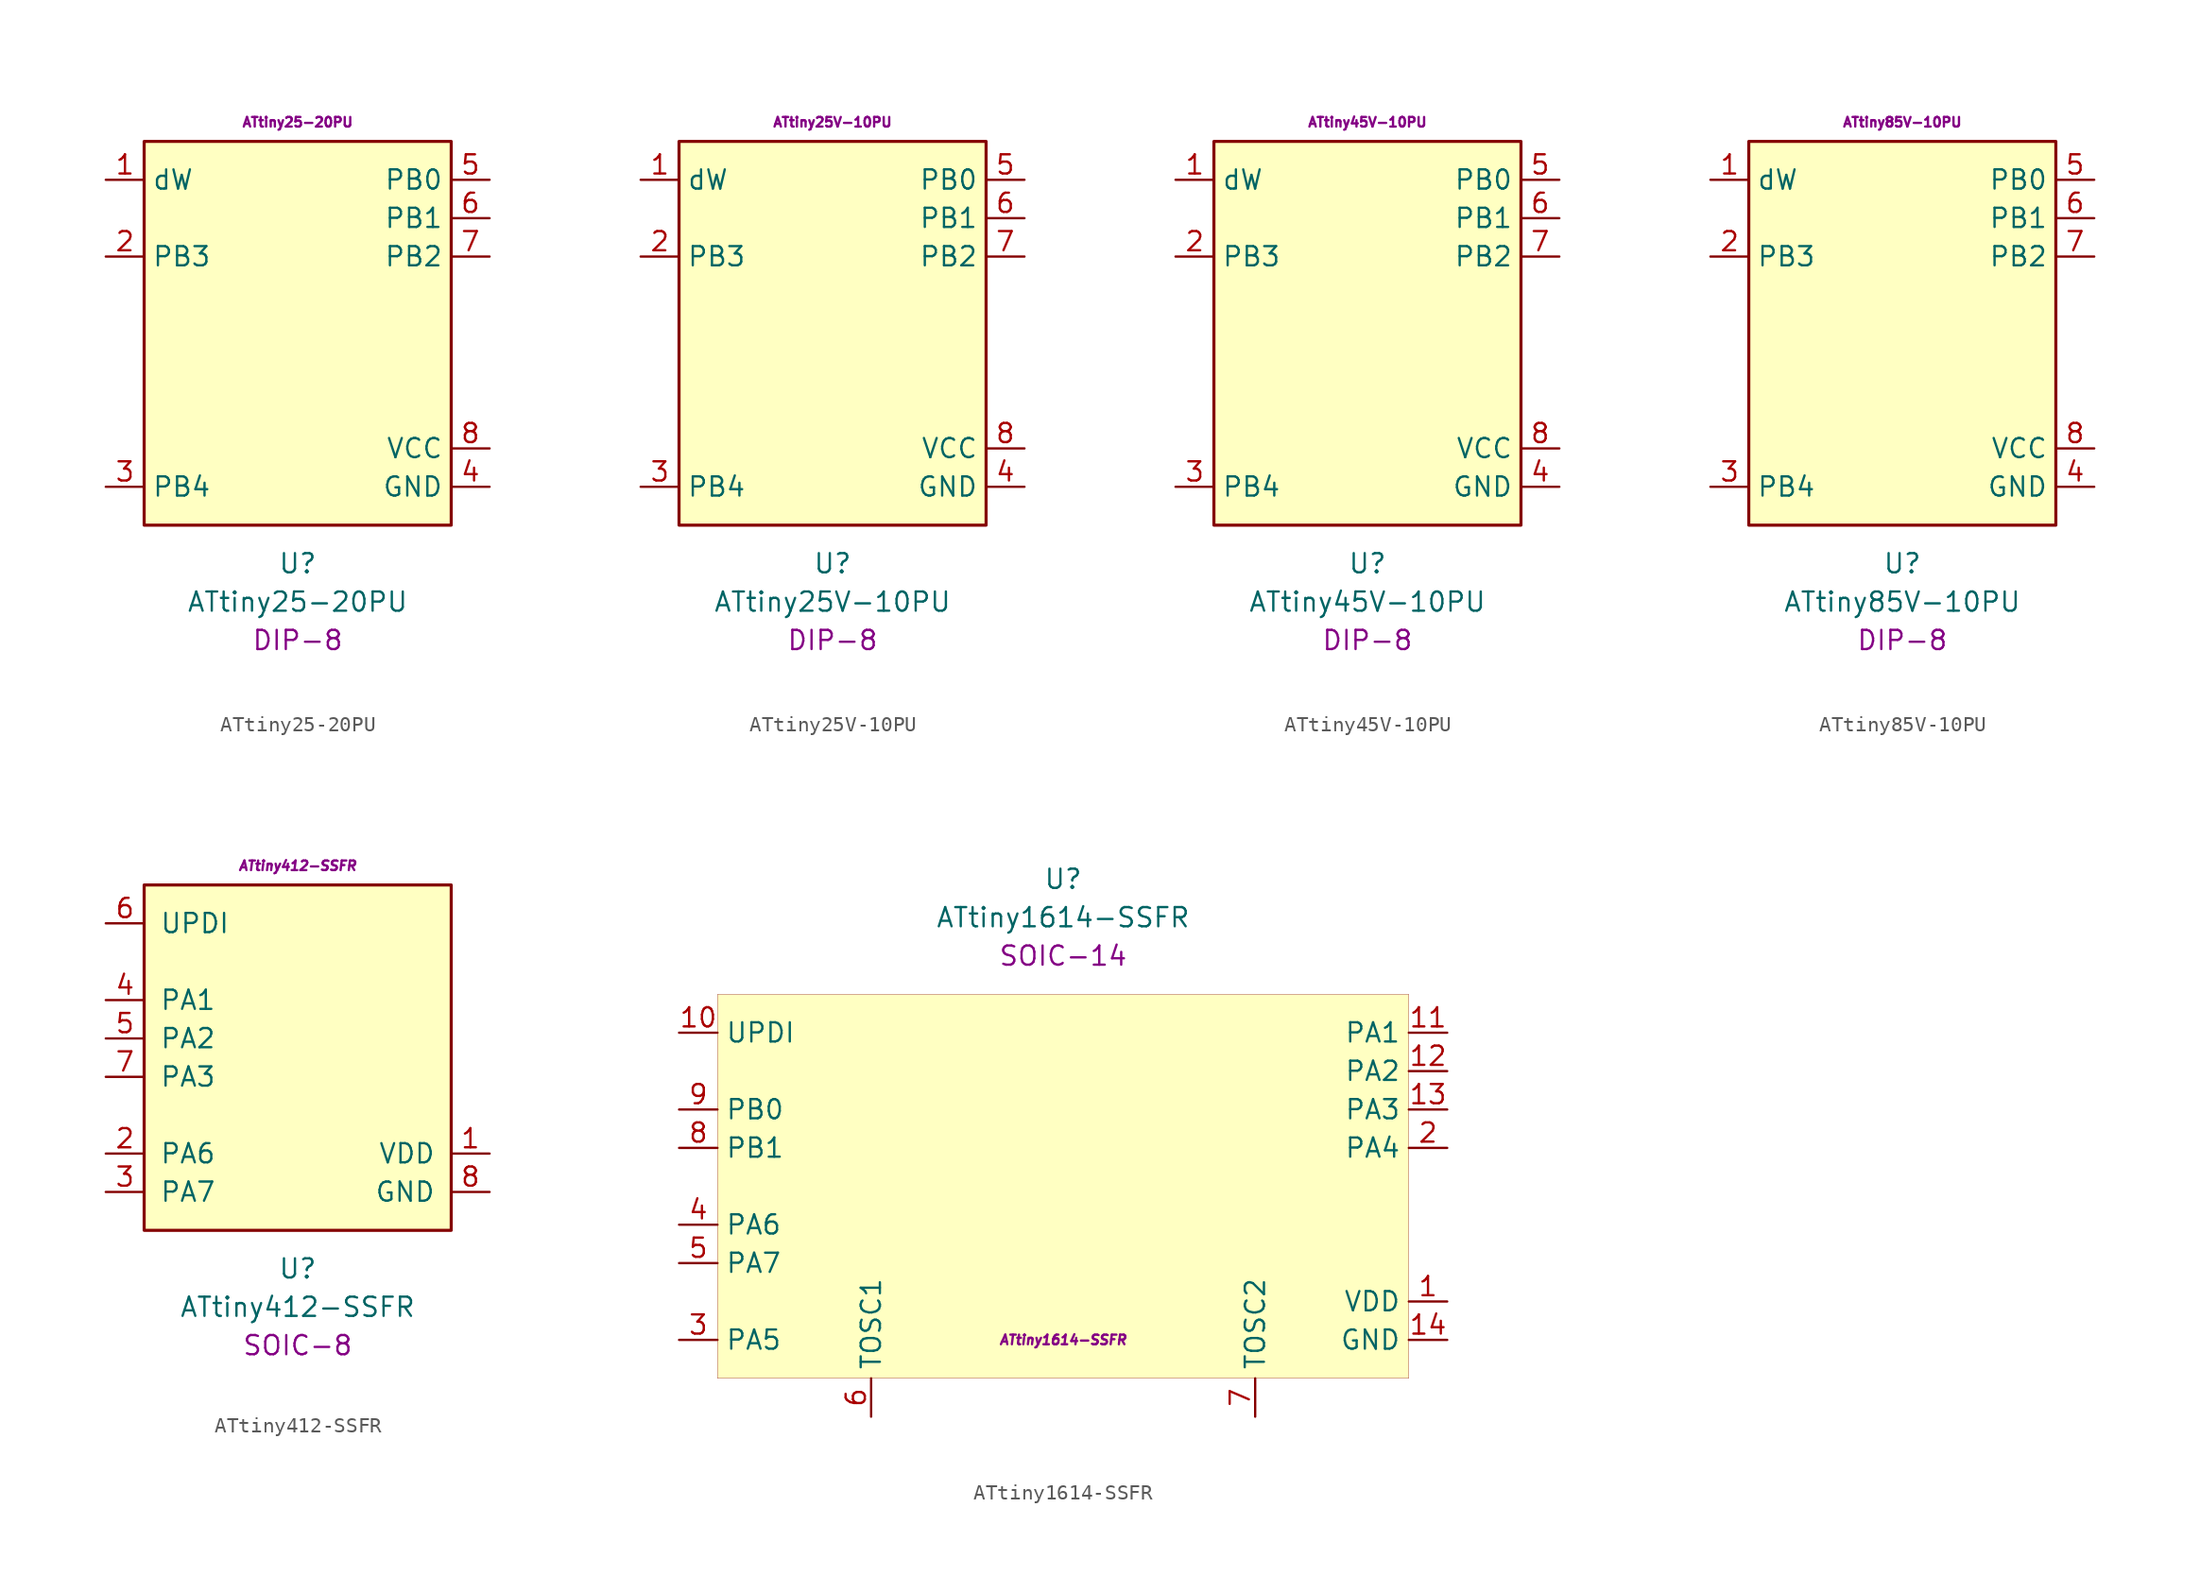
<source format=kicad_sym>
(kicad_symbol_lib
  (version 20231120)
  (generator "kicad_symbol_editor")
  (generator_version "8.0")
  (symbol "ATtiny25-20PU"
    (property "Reference" "U"
      (at 0 -15.24 0)
      (effects (font (size 1.27 1.27))))
    (property "Value" "ATtiny25-20PU"
      (at 0 -17.78 0)
      (effects (font (size 1.27 1.27))))
    (property "MPN" "ATtiny25-20PU"
      (at 0 13.97 0)
      (effects (font (size 0.635 0.635))))
    (property "Package" "DIP-8"
      (at 0 -20.32 0)
      (effects (font (size 1.27 1.27))))
    (symbol "ATtiny25-20PU_0_0"
      (rectangle (start -10.16 12.7) (end 10.16 -12.7) (stroke (width 0.203) (type default)) (fill (type background))))
    (symbol "ATtiny25-20PU_1_1"
      (pin input line (at -12.7 10.16 0) (length 2.54) (name "dW" (effects (font (size 1.27 1.27)))) (number "1" (effects (font (size 1.27 1.27)))) (alternate "ADC0" input line) (alternate "PB5" bidirectional line) (alternate "PCINT5" input line) (alternate "~{RESET}" input line))
      (pin bidirectional line (at -12.7 5.08 0) (length 2.54) (name "PB3" (effects (font (size 1.27 1.27)))) (number "2" (effects (font (size 1.27 1.27)))) (alternate "ADC3" input line) (alternate "CLKI" input line) (alternate "PCINT3" input line) (alternate "XTAL1" input line) (alternate "~{OC1B}" output line))
      (pin bidirectional line (at -12.7 -10.16 0) (length 2.54) (name "PB4" (effects (font (size 1.27 1.27)))) (number "3" (effects (font (size 1.27 1.27)))) (alternate "ADC2" input line) (alternate "CLKO" output line) (alternate "OC1B" output line) (alternate "PCINT4" input line) (alternate "XTAL2" output line))
      (pin power_in line (at 12.7 -10.16 180) (length 2.54) (name "GND" (effects (font (size 1.27 1.27)))) (number "4" (effects (font (size 1.27 1.27)))))
      (pin bidirectional line (at 12.7 10.16 180) (length 2.54) (name "PB0" (effects (font (size 1.27 1.27)))) (number "5" (effects (font (size 1.27 1.27)))) (alternate "AIN0" input line) (alternate "AREF" input line) (alternate "DI" input line) (alternate "MOSI" output line) (alternate "OC0A" output line) (alternate "PCINT0" input line) (alternate "SDA" open_collector line) (alternate "~{OC1A}" output line))
      (pin bidirectional line (at 12.7 7.62 180) (length 2.54) (name "PB1" (effects (font (size 1.27 1.27)))) (number "6" (effects (font (size 1.27 1.27)))) (alternate "AIN1" input line) (alternate "DO" output line) (alternate "MISO" input line) (alternate "OC0B" output line) (alternate "OC1A" output line) (alternate "PCINT1" input line))
      (pin bidirectional line (at 12.7 5.08 180) (length 2.54) (name "PB2" (effects (font (size 1.27 1.27)))) (number "7" (effects (font (size 1.27 1.27)))) (alternate "ADC1" input line) (alternate "INT0" input line) (alternate "PCINT2" input line) (alternate "SCK" input line) (alternate "SCL" open_collector line) (alternate "T0" input line) (alternate "USCK" output line))
      (pin power_in line (at 12.7 -7.62 180) (length 2.54) (name "VCC" (effects (font (size 1.27 1.27)))) (number "8" (effects (font (size 1.27 1.27)))))))
  (symbol "ATtiny25V-10PU"
    (property "Reference" "U"
      (at 0 -15.24 0)
      (effects (font (size 1.27 1.27))))
    (property "Value" "ATtiny25V-10PU"
      (at 0 -17.78 0)
      (effects (font (size 1.27 1.27))))
    (property "MPN" "ATtiny25V-10PU"
      (at 0 13.97 0)
      (effects (font (size 0.635 0.635))))
    (property "Package" "DIP-8"
      (at 0 -20.32 0)
      (effects (font (size 1.27 1.27))))
    (symbol "ATtiny25V-10PU_0_0"
      (rectangle (start -10.16 12.7) (end 10.16 -12.7) (stroke (width 0.203) (type default)) (fill (type background))))
    (symbol "ATtiny25V-10PU_1_1"
      (pin input line (at -12.7 10.16 0) (length 2.54) (name "dW" (effects (font (size 1.27 1.27)))) (number "1" (effects (font (size 1.27 1.27)))) (alternate "ADC0" input line) (alternate "PB5" bidirectional line) (alternate "PCINT5" input line) (alternate "~{RESET}" input line))
      (pin bidirectional line (at -12.7 5.08 0) (length 2.54) (name "PB3" (effects (font (size 1.27 1.27)))) (number "2" (effects (font (size 1.27 1.27)))) (alternate "ADC3" input line) (alternate "CLKI" input line) (alternate "PCINT3" input line) (alternate "XTAL1" input line) (alternate "~{OC1B}" output line))
      (pin bidirectional line (at -12.7 -10.16 0) (length 2.54) (name "PB4" (effects (font (size 1.27 1.27)))) (number "3" (effects (font (size 1.27 1.27)))) (alternate "ADC2" input line) (alternate "CLKO" output line) (alternate "OC1B" output line) (alternate "PCINT4" input line) (alternate "XTAL2" output line))
      (pin power_in line (at 12.7 -10.16 180) (length 2.54) (name "GND" (effects (font (size 1.27 1.27)))) (number "4" (effects (font (size 1.27 1.27)))))
      (pin bidirectional line (at 12.7 10.16 180) (length 2.54) (name "PB0" (effects (font (size 1.27 1.27)))) (number "5" (effects (font (size 1.27 1.27)))) (alternate "AIN0" input line) (alternate "AREF" input line) (alternate "DI" input line) (alternate "MOSI" output line) (alternate "OC0A" output line) (alternate "PCINT0" input line) (alternate "SDA" open_collector line) (alternate "~{OC1A}" output line))
      (pin bidirectional line (at 12.7 7.62 180) (length 2.54) (name "PB1" (effects (font (size 1.27 1.27)))) (number "6" (effects (font (size 1.27 1.27)))) (alternate "AIN1" input line) (alternate "DO" output line) (alternate "MISO" input line) (alternate "OC0B" output line) (alternate "OC1A" output line) (alternate "PCINT1" input line))
      (pin bidirectional line (at 12.7 5.08 180) (length 2.54) (name "PB2" (effects (font (size 1.27 1.27)))) (number "7" (effects (font (size 1.27 1.27)))) (alternate "ADC1" input line) (alternate "INT0" input line) (alternate "PCINT2" input line) (alternate "SCK" input line) (alternate "SCL" open_collector line) (alternate "T0" input line) (alternate "USCK" output line))
      (pin power_in line (at 12.7 -7.62 180) (length 2.54) (name "VCC" (effects (font (size 1.27 1.27)))) (number "8" (effects (font (size 1.27 1.27)))))))
  (symbol "ATtiny45V-10PU"
    (property "Reference" "U"
      (at 0 -15.24 0)
      (effects (font (size 1.27 1.27))))
    (property "Value" "ATtiny45V-10PU"
      (at 0 -17.78 0)
      (effects (font (size 1.27 1.27))))
    (property "MPN" "ATtiny45V-10PU"
      (at 0 13.97 0)
      (effects (font (size 0.635 0.635))))
    (property "Package" "DIP-8"
      (at 0 -20.32 0)
      (effects (font (size 1.27 1.27))))
    (symbol "ATtiny45V-10PU_0_0"
      (rectangle (start -10.16 12.7) (end 10.16 -12.7) (stroke (width 0.203) (type default)) (fill (type background))))
    (symbol "ATtiny45V-10PU_1_1"
      (pin input line (at -12.7 10.16 0) (length 2.54) (name "dW" (effects (font (size 1.27 1.27)))) (number "1" (effects (font (size 1.27 1.27)))) (alternate "ADC0" input line) (alternate "PB5" bidirectional line) (alternate "PCINT5" input line) (alternate "~{RESET}" input line))
      (pin bidirectional line (at -12.7 5.08 0) (length 2.54) (name "PB3" (effects (font (size 1.27 1.27)))) (number "2" (effects (font (size 1.27 1.27)))) (alternate "ADC3" input line) (alternate "CLKI" input line) (alternate "PCINT3" input line) (alternate "XTAL1" input line) (alternate "~{OC1B}" output line))
      (pin bidirectional line (at -12.7 -10.16 0) (length 2.54) (name "PB4" (effects (font (size 1.27 1.27)))) (number "3" (effects (font (size 1.27 1.27)))) (alternate "ADC2" input line) (alternate "CLKO" output line) (alternate "OC1B" output line) (alternate "PCINT4" input line) (alternate "XTAL2" output line))
      (pin power_in line (at 12.7 -10.16 180) (length 2.54) (name "GND" (effects (font (size 1.27 1.27)))) (number "4" (effects (font (size 1.27 1.27)))))
      (pin bidirectional line (at 12.7 10.16 180) (length 2.54) (name "PB0" (effects (font (size 1.27 1.27)))) (number "5" (effects (font (size 1.27 1.27)))) (alternate "AIN0" input line) (alternate "AREF" input line) (alternate "DI" input line) (alternate "MOSI" output line) (alternate "OC0A" output line) (alternate "PCINT0" input line) (alternate "SDA" open_collector line) (alternate "~{OC1A}" output line))
      (pin bidirectional line (at 12.7 7.62 180) (length 2.54) (name "PB1" (effects (font (size 1.27 1.27)))) (number "6" (effects (font (size 1.27 1.27)))) (alternate "AIN1" input line) (alternate "DO" output line) (alternate "MISO" input line) (alternate "OC0B" output line) (alternate "OC1A" output line) (alternate "PCINT1" input line))
      (pin bidirectional line (at 12.7 5.08 180) (length 2.54) (name "PB2" (effects (font (size 1.27 1.27)))) (number "7" (effects (font (size 1.27 1.27)))) (alternate "ADC1" input line) (alternate "INT0" input line) (alternate "PCINT2" input line) (alternate "SCK" input line) (alternate "SCL" open_collector line) (alternate "T0" input line) (alternate "USCK" output line))
      (pin power_in line (at 12.7 -7.62 180) (length 2.54) (name "VCC" (effects (font (size 1.27 1.27)))) (number "8" (effects (font (size 1.27 1.27)))))))
  (symbol "ATtiny85V-10PU"
    (property "Reference" "U"
      (at 0 -15.24 0)
      (effects (font (size 1.27 1.27))))
    (property "Value" "ATtiny85V-10PU"
      (at 0 -17.78 0)
      (effects (font (size 1.27 1.27))))
    (property "MPN" "ATtiny85V-10PU"
      (at 0 13.97 0)
      (effects (font (size 0.635 0.635))))
    (property "Package" "DIP-8"
      (at 0 -20.32 0)
      (effects (font (size 1.27 1.27))))
    (symbol "ATtiny85V-10PU_0_0"
      (rectangle (start -10.16 12.7) (end 10.16 -12.7) (stroke (width 0.203) (type default)) (fill (type background))))
    (symbol "ATtiny85V-10PU_1_1"
      (pin input line (at -12.7 10.16 0) (length 2.54) (name "dW" (effects (font (size 1.27 1.27)))) (number "1" (effects (font (size 1.27 1.27)))) (alternate "ADC0" input line) (alternate "PB5" bidirectional line) (alternate "PCINT5" input line) (alternate "~{RESET}" input line))
      (pin bidirectional line (at -12.7 5.08 0) (length 2.54) (name "PB3" (effects (font (size 1.27 1.27)))) (number "2" (effects (font (size 1.27 1.27)))) (alternate "ADC3" input line) (alternate "CLKI" input line) (alternate "PCINT3" input line) (alternate "XTAL1" input line) (alternate "~{OC1B}" output line))
      (pin bidirectional line (at -12.7 -10.16 0) (length 2.54) (name "PB4" (effects (font (size 1.27 1.27)))) (number "3" (effects (font (size 1.27 1.27)))) (alternate "ADC2" input line) (alternate "CLKO" output line) (alternate "OC1B" output line) (alternate "PCINT4" input line) (alternate "XTAL2" output line))
      (pin power_in line (at 12.7 -10.16 180) (length 2.54) (name "GND" (effects (font (size 1.27 1.27)))) (number "4" (effects (font (size 1.27 1.27)))))
      (pin bidirectional line (at 12.7 10.16 180) (length 2.54) (name "PB0" (effects (font (size 1.27 1.27)))) (number "5" (effects (font (size 1.27 1.27)))) (alternate "AIN0" input line) (alternate "AREF" input line) (alternate "DI" input line) (alternate "MOSI" output line) (alternate "OC0A" output line) (alternate "PCINT0" input line) (alternate "SDA" open_collector line) (alternate "~{OC1A}" output line))
      (pin bidirectional line (at 12.7 7.62 180) (length 2.54) (name "PB1" (effects (font (size 1.27 1.27)))) (number "6" (effects (font (size 1.27 1.27)))) (alternate "AIN1" input line) (alternate "DO" output line) (alternate "MISO" input line) (alternate "OC0B" output line) (alternate "OC1A" output line) (alternate "PCINT1" input line))
      (pin bidirectional line (at 12.7 5.08 180) (length 2.54) (name "PB2" (effects (font (size 1.27 1.27)))) (number "7" (effects (font (size 1.27 1.27)))) (alternate "ADC1" input line) (alternate "INT0" input line) (alternate "PCINT2" input line) (alternate "SCK" input line) (alternate "SCL" open_collector line) (alternate "T0" input line) (alternate "USCK" output line))
      (pin power_in line (at 12.7 -7.62 180) (length 2.54) (name "VCC" (effects (font (size 1.27 1.27)))) (number "8" (effects (font (size 1.27 1.27)))))))
  (symbol "ATtiny412-SSFR"
    (pin_names
      (offset 1.016))
    (property "Reference" "U"
      (at 0 -12.7 0)
      (effects (font (size 1.27 1.27))))
    (property "Value" "ATtiny412-SSFR"
      (at 0 -15.24 0)
      (effects (font (size 1.27 1.27))))
    (property "Package" "SOIC-8"
      (at 0 -17.78 0)
      (effects (font (size 1.27 1.27))))
    (property "MPN" "ATtiny412-SSFR"
      (at 0 13.97 0)
      (effects (font (size 0.635 0.635) (italic yes))))
    (symbol "ATtiny412-SSFR_0_0"
      (rectangle (start -10.16 12.7) (end 10.16 -10.16) (stroke (width 0.203) (type default)) (fill (type background))))
    (symbol "ATtiny412-SSFR_1_1"
      (pin power_in line (at 12.7 -5.08 180) (length 2.54) (name "VDD" (effects (font (size 1.27 1.27)))) (number "1" (effects (font (size 1.27 1.27)))))
      (pin bidirectional line (at -12.7 -5.08 0) (length 2.54) (name "PA6" (effects (font (size 1.27 1.27)))) (number "2" (effects (font (size 1.27 1.27)))) (alternate "AIN6" input line) (alternate "AINN0" input line) (alternate "LUT1-OUT" output line))
      (pin bidirectional line (at -12.7 -7.62 0) (length 2.54) (name "PA7" (effects (font (size 1.27 1.27)))) (number "3" (effects (font (size 1.27 1.27)))) (alternate "AIN7" input line) (alternate "AINP0" input line))
      (pin bidirectional line (at -12.7 5.08 0) (length 2.54) (name "PA1" (effects (font (size 1.27 1.27)))) (number "4" (effects (font (size 1.27 1.27)))) (alternate "AIN1" input line) (alternate "BREAK" bidirectional line) (alternate "LUT0-IN1" input line) (alternate "MOSI" output line) (alternate "SDA" bidirectional line) (alternate "TXD" output line))
      (pin bidirectional line (at -12.7 2.54 0) (length 2.54) (name "PA2" (effects (font (size 1.27 1.27)))) (number "5" (effects (font (size 1.27 1.27)))) (alternate "AIN2" input line) (alternate "EVOUT0" output line) (alternate "LUT0-IN2" input line) (alternate "MISO" input line) (alternate "RXD" input line) (alternate "SCL" bidirectional line))
      (pin bidirectional line (at -12.7 10.16 0) (length 2.54) (name "UPDI" (effects (font (size 1.27 1.27)))) (number "6" (effects (font (size 1.27 1.27)))) (alternate "AIN0" input line) (alternate "LUT0-IN0" input line) (alternate "PA0" bidirectional line) (alternate "~RESET" input line))
      (pin bidirectional line (at -12.7 0 0) (length 2.54) (name "PA3" (effects (font (size 1.27 1.27)))) (number "7" (effects (font (size 1.27 1.27)))) (alternate "AIN3" input line) (alternate "EXTCLK" bidirectional line) (alternate "SCK" bidirectional line) (alternate "WO3" bidirectional line) (alternate "XCK" bidirectional line))
      (pin power_in line (at 12.7 -7.62 180) (length 2.54) (name "GND" (effects (font (size 1.27 1.27)))) (number "8" (effects (font (size 1.27 1.27)))))))
  (symbol "ATtiny1614-SSFR"
    (property "Reference" "U"
      (at 0 20.32 0)
      (effects (font (size 1.27 1.27))))
    (property "Value" "ATtiny1614-SSFR"
      (at 0 17.78 0)
      (effects (font (size 1.27 1.27))))
    (property "Package" "SOIC-14"
      (at 0 15.24 0)
      (effects (font (size 1.27 1.27))))
    (property "MPN" "ATtiny1614-SSFR"
      (at 0 -10.16 0)
      (effects (font (size 0.635 0.635) (italic yes))))
    (symbol "ATtiny1614-SSFR_0_1"
      (rectangle (start -22.86 12.7) (end 22.86 -12.7) (stroke (width 0.001) (type default)) (fill (type background))))
    (symbol "ATtiny1614-SSFR_1_1"
      (pin power_in line (at 25.4 -7.62 180) (length 2.54) (name "VDD" (effects (font (size 1.27 1.27)))) (number "1" (effects (font (size 1.27 1.27)))))
      (pin bidirectional line (at -25.4 10.16 0) (length 2.54) (name "UPDI" (effects (font (size 1.27 1.27)))) (number "10" (effects (font (size 1.27 1.27)))) (alternate "ADC0AIN0" input line) (alternate "LUT0-IN0" input line) (alternate "PA0" bidirectional line) (alternate "RESET" input input_low))
      (pin bidirectional line (at 25.4 10.16 180) (length 2.54) (name "PA1" (effects (font (size 1.27 1.27)))) (number "11" (effects (font (size 1.27 1.27)))) (alternate "ADC0AIN1" input line) (alternate "LUT0-IN1" input line) (alternate "MOSI" output line) (alternate "SDA" bidirectional line) (alternate "TxD" output line))
      (pin bidirectional line (at 25.4 7.62 180) (length 2.54) (name "PA2" (effects (font (size 1.27 1.27)))) (number "12" (effects (font (size 1.27 1.27)))) (alternate "ADC0AIN2" input line) (alternate "EVOUT0" output line) (alternate "LUT0-IN2" input line) (alternate "MISO" input line) (alternate "RxD" input line) (alternate "SCL" bidirectional line))
      (pin bidirectional line (at 25.4 5.08 180) (length 2.54) (name "PA3" (effects (font (size 1.27 1.27)))) (number "13" (effects (font (size 1.27 1.27)))) (alternate "ADC0AIN3" input line) (alternate "EXTCLK" bidirectional line) (alternate "SCK" bidirectional line) (alternate "TCB1WO" bidirectional line) (alternate "WO3" bidirectional line) (alternate "XCK" bidirectional line))
      (pin power_in line (at 25.4 -10.16 180) (length 2.54) (name "GND" (effects (font (size 1.27 1.27)))) (number "14" (effects (font (size 1.27 1.27)))))
      (pin bidirectional line (at 25.4 2.54 180) (length 2.54) (name "PA4" (effects (font (size 1.27 1.27)))) (number "2" (effects (font (size 1.27 1.27)))) (alternate "ADC0AIN4" input line) (alternate "ADC1AIN1" input line) (alternate "LUT0-OUT" bidirectional line) (alternate "SS" bidirectional input_low) (alternate "WO4" bidirectional line) (alternate "WOA" bidirectional line) (alternate "X0/Y0" bidirectional line) (alternate "XDIR" bidirectional line))
      (pin bidirectional line (at -25.4 -10.16 0) (length 2.54) (name "PA5" (effects (font (size 1.27 1.27)))) (number "3" (effects (font (size 1.27 1.27)))) (alternate "AC0OUT" output line) (alternate "AC1AINN0" input line) (alternate "ADC0AIN5" input line) (alternate "ADC1AIN1" input line) (alternate "TCB0WO" bidirectional line) (alternate "VREFA" input line) (alternate "WO5" bidirectional line) (alternate "WOB" bidirectional line) (alternate "X1/Y1" bidirectional line))
      (pin bidirectional line (at -25.4 -2.54 0) (length 2.54) (name "PA6" (effects (font (size 1.27 1.27)))) (number "4" (effects (font (size 1.27 1.27)))) (alternate "AC0AINN0" input line) (alternate "AC2AINP0" input line) (alternate "ADC0AIN6" input line) (alternate "ADC1AIN2" input line) (alternate "DACOUT" output line) (alternate "X2/Y2" bidirectional line))
      (pin bidirectional line (at -25.4 -5.08 0) (length 2.54) (name "PA7" (effects (font (size 1.27 1.27)))) (number "5" (effects (font (size 1.27 1.27)))) (alternate "AC0AINP0" input line) (alternate "AC1AINP0" input line) (alternate "AC2AINN0" input line) (alternate "ADC0AIN7" input line) (alternate "ADC1AIN3" input line) (alternate "LUT1-OUT" output line) (alternate "X3/Y3" bidirectional line))
      (pin bidirectional line (at -12.7 -15.24 90) (length 2.54) (name "TOSC1" (effects (font (size 1.27 1.27)))) (number "6" (effects (font (size 1.27 1.27)))) (alternate "AC1OUT" output line) (alternate "PB3" bidirectional line) (alternate "RxD" input line) (alternate "WO0" bidirectional line))
      (pin bidirectional line (at 12.7 -15.24 90) (length 2.54) (name "TOSC2" (effects (font (size 1.27 1.27)))) (number "7" (effects (font (size 1.27 1.27)))) (alternate "AC2OUT" output line) (alternate "EVOUT1" output line) (alternate "PB2" bidirectional line) (alternate "TxD" output line) (alternate "WO2" bidirectional line))
      (pin bidirectional line (at -25.4 2.54 0) (length 2.54) (name "PB1" (effects (font (size 1.27 1.27)))) (number "8" (effects (font (size 1.27 1.27)))) (alternate "AC0AINP2" input line) (alternate "ADC0AIN10" input line) (alternate "SDA" bidirectional line) (alternate "WO1" bidirectional line) (alternate "X4/Y4" bidirectional line) (alternate "XCK" bidirectional line))
      (pin bidirectional line (at -25.4 5.08 0) (length 2.54) (name "PB0" (effects (font (size 1.27 1.27)))) (number "9" (effects (font (size 1.27 1.27)))) (alternate "AC1AINP2" input line) (alternate "ADC0AIN11" input line) (alternate "SCL" bidirectional line) (alternate "WO0" bidirectional line) (alternate "X5/Y5" bidirectional line) (alternate "XDIR" bidirectional line)))))
</source>
